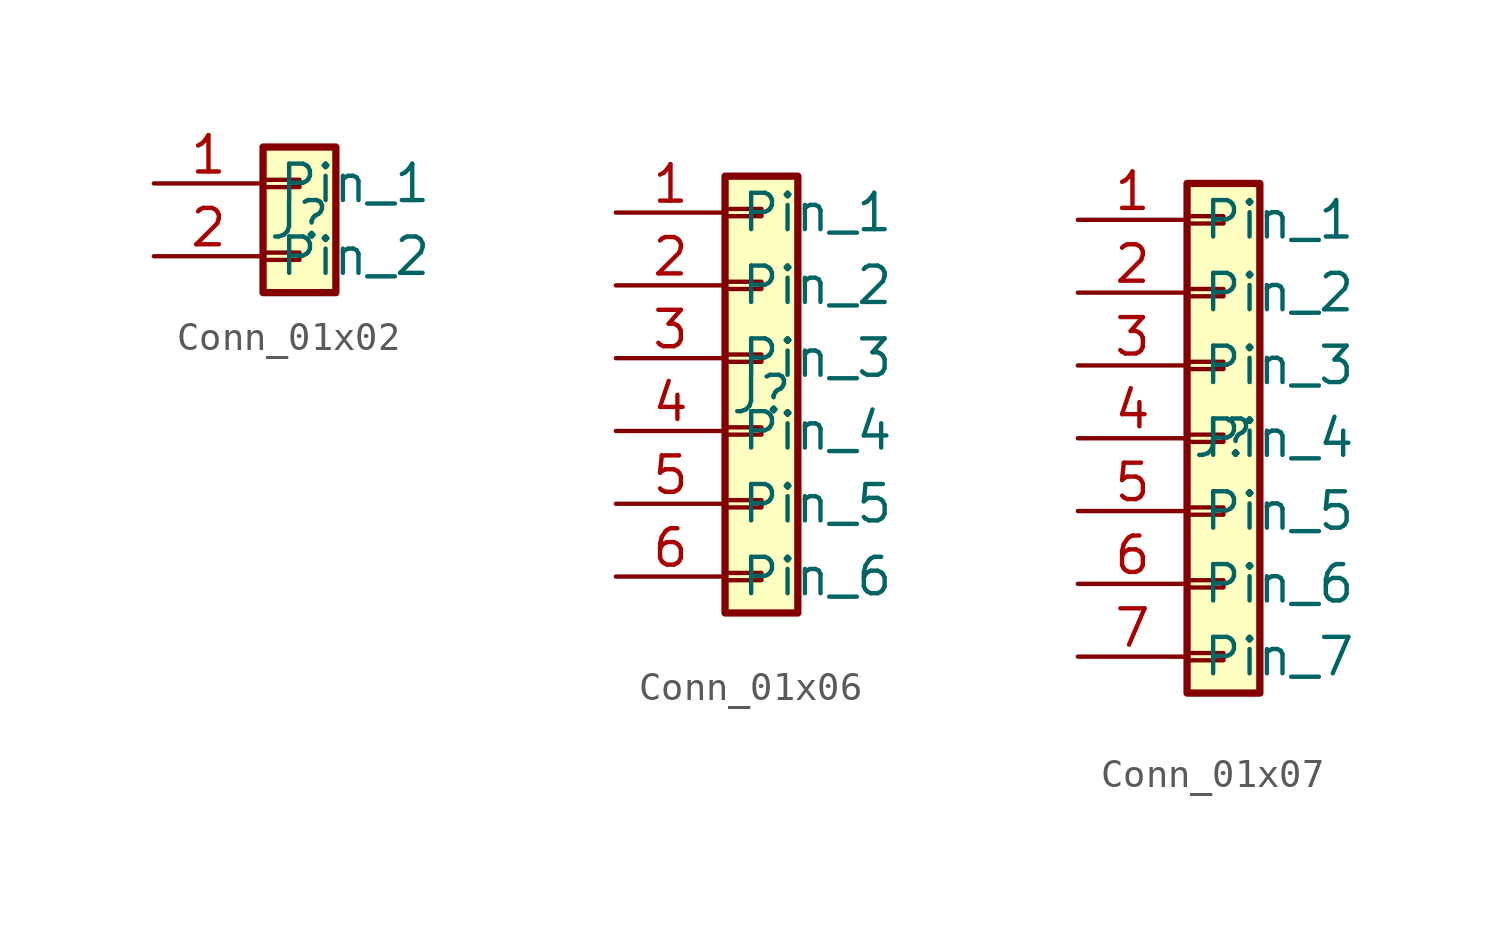
<source format=kicad_sym>
(kicad_symbol_lib
  (version 20220914)
  (generator kicad_symbol_editor)
  (symbol "Conn_01x02"
    (property "Reference" "J"
      (at 0 0 0)
      (effects (font (size 1.27 1.27))))
    (property "Value" ""
      (at 0 0 0)
      (effects (font (size 1.27 1.27))))
    (symbol "Conn_01x02_1_1"
      (rectangle (start -1.27 -1.143) (end 0 -1.397) (stroke (width 0.152) (type default)) (fill (type none)))
      (rectangle (start -1.27 1.397) (end 0 1.143) (stroke (width 0.152) (type default)) (fill (type none)))
      (rectangle (start -1.27 2.54) (end 1.27 -2.54) (stroke (width 0.254) (type default)) (fill (type background)))
      (pin passive line (at -5.08 1.27 0) (length 3.81) (name "Pin_1" (effects (font (size 1.27 1.27)))) (number "1" (effects (font (size 1.27 1.27)))))
      (pin passive line (at -5.08 -1.27 0) (length 3.81) (name "Pin_2" (effects (font (size 1.27 1.27)))) (number "2" (effects (font (size 1.27 1.27)))))))
  (symbol "Conn_01x06"
    (property "Reference" "J"
      (at 0 0 0)
      (effects (font (size 1.27 1.27))))
    (property "Value" ""
      (at 0 0 0)
      (effects (font (size 1.27 1.27))))
    (symbol "Conn_01x06_0_0"
      (pin passive line (at -5.08 -3.81 0) (length 3.81) (name "Pin_5" (effects (font (size 1.27 1.27)))) (number "5" (effects (font (size 1.27 1.27))))))
    (symbol "Conn_01x06_1_0"
      (pin passive line (at -5.08 -6.35 0) (length 3.81) (name "Pin_6" (effects (font (size 1.27 1.27)))) (number "6" (effects (font (size 1.27 1.27))))))
    (symbol "Conn_01x06_1_1"
      (rectangle (start -1.27 -6.223) (end 0 -6.477) (stroke (width 0.152) (type default)) (fill (type none)))
      (rectangle (start -1.27 -3.683) (end 0 -3.937) (stroke (width 0.152) (type default)) (fill (type none)))
      (rectangle (start -1.27 -1.143) (end 0 -1.397) (stroke (width 0.152) (type default)) (fill (type none)))
      (rectangle (start -1.27 1.397) (end 0 1.143) (stroke (width 0.152) (type default)) (fill (type none)))
      (rectangle (start -1.27 3.937) (end 0 3.683) (stroke (width 0.152) (type default)) (fill (type none)))
      (rectangle (start -1.27 6.477) (end 0 6.223) (stroke (width 0.152) (type default)) (fill (type none)))
      (rectangle (start -1.27 7.62) (end 1.27 -7.62) (stroke (width 0.254) (type default)) (fill (type background)))
      (pin passive line (at -5.08 6.35 0) (length 3.81) (name "Pin_1" (effects (font (size 1.27 1.27)))) (number "1" (effects (font (size 1.27 1.27)))))
      (pin passive line (at -5.08 3.81 0) (length 3.81) (name "Pin_2" (effects (font (size 1.27 1.27)))) (number "2" (effects (font (size 1.27 1.27)))))
      (pin passive line (at -5.08 1.27 0) (length 3.81) (name "Pin_3" (effects (font (size 1.27 1.27)))) (number "3" (effects (font (size 1.27 1.27)))))
      (pin passive line (at -5.08 -1.27 0) (length 3.81) (name "Pin_4" (effects (font (size 1.27 1.27)))) (number "4" (effects (font (size 1.27 1.27)))))))
  (symbol "Conn_01x07"
    (property "Reference" "J"
      (at 0 0 0)
      (effects (font (size 1.27 1.27))))
    (property "Value" ""
      (at 0 0 0)
      (effects (font (size 1.27 1.27))))
    (symbol "Conn_01x07_0_0"
      (pin passive line (at -5.08 -2.54 0) (length 3.81) (name "Pin_5" (effects (font (size 1.27 1.27)))) (number "5" (effects (font (size 1.27 1.27)))))
      (pin passive line (at -5.08 -5.08 0) (length 3.81) (name "Pin_6" (effects (font (size 1.27 1.27)))) (number "6" (effects (font (size 1.27 1.27)))))
      (pin passive line (at -5.08 -7.62 0) (length 3.81) (name "Pin_7" (effects (font (size 1.27 1.27)))) (number "7" (effects (font (size 1.27 1.27))))))
    (symbol "Conn_01x07_1_1"
      (rectangle (start -1.27 -7.493) (end 0 -7.747) (stroke (width 0.152) (type default)) (fill (type none)))
      (rectangle (start -1.27 -4.953) (end 0 -5.207) (stroke (width 0.152) (type default)) (fill (type none)))
      (rectangle (start -1.27 -2.413) (end 0 -2.667) (stroke (width 0.152) (type default)) (fill (type none)))
      (rectangle (start -1.27 0.127) (end 0 -0.127) (stroke (width 0.152) (type default)) (fill (type none)))
      (rectangle (start -1.27 2.667) (end 0 2.413) (stroke (width 0.152) (type default)) (fill (type none)))
      (rectangle (start -1.27 5.207) (end 0 4.953) (stroke (width 0.152) (type default)) (fill (type none)))
      (rectangle (start -1.27 7.747) (end 0 7.493) (stroke (width 0.152) (type default)) (fill (type none)))
      (rectangle (start -1.27 8.89) (end 1.27 -8.89) (stroke (width 0.254) (type default)) (fill (type background)))
      (pin passive line (at -5.08 7.62 0) (length 3.81) (name "Pin_1" (effects (font (size 1.27 1.27)))) (number "1" (effects (font (size 1.27 1.27)))))
      (pin passive line (at -5.08 5.08 0) (length 3.81) (name "Pin_2" (effects (font (size 1.27 1.27)))) (number "2" (effects (font (size 1.27 1.27)))))
      (pin passive line (at -5.08 2.54 0) (length 3.81) (name "Pin_3" (effects (font (size 1.27 1.27)))) (number "3" (effects (font (size 1.27 1.27)))))
      (pin passive line (at -5.08 0 0) (length 3.81) (name "Pin_4" (effects (font (size 1.27 1.27)))) (number "4" (effects (font (size 1.27 1.27))))))))
</source>
